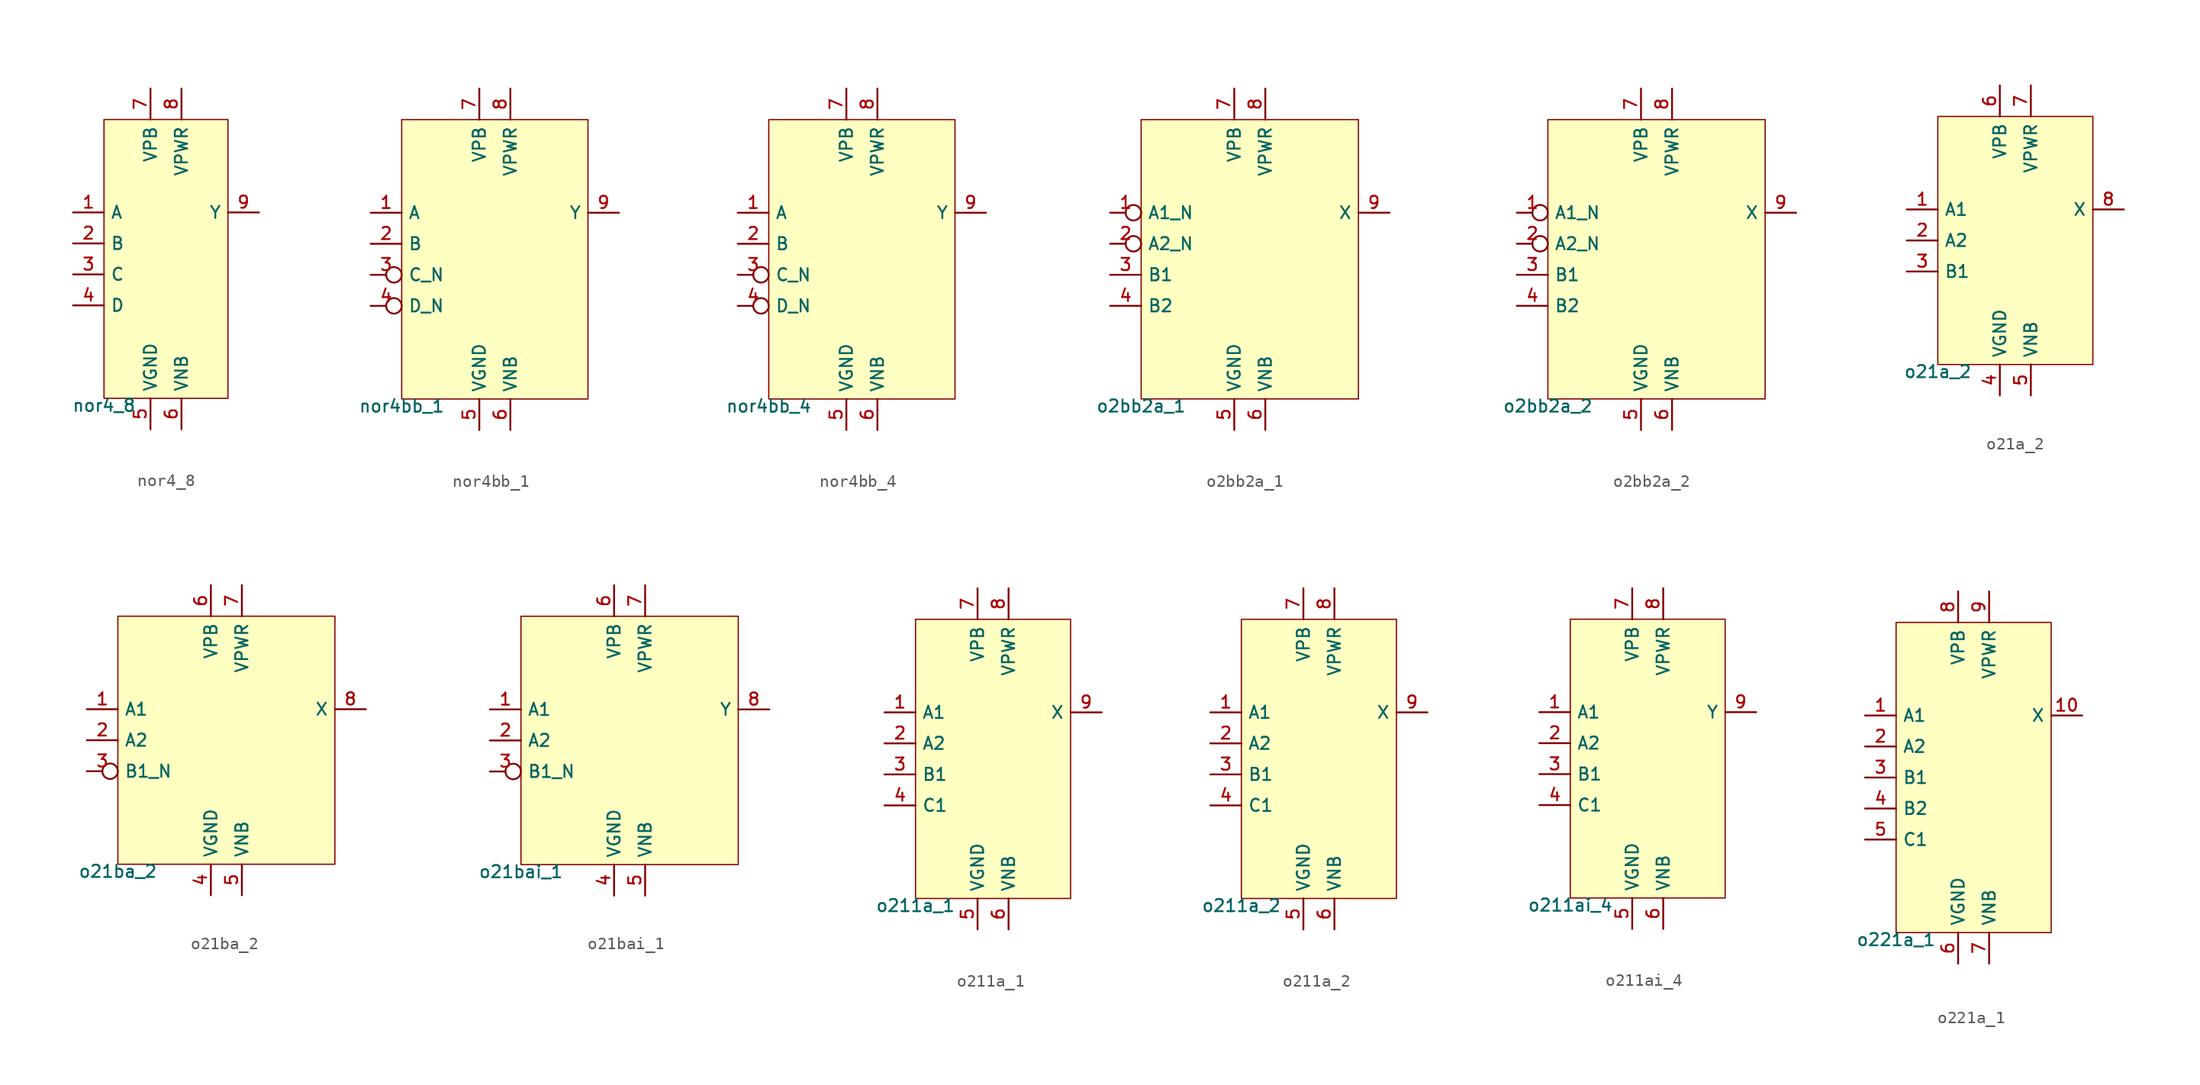
<source format=kicad_sym>
(kicad_symbol_lib
  (version 20211014)
  (generator pdk2kicad)
  (symbol "nor4_8"
    (property "Reference" "X"
      (at 0 0 0)
      (effects (font (size 1 1)) hide))
    (property "Value" "nor4_8"
      (at -5.08 -11.43 0)
      (effects (font (size 1 1)) (justify top)))
    (rectangle
      (start -5.08 -11.43)
      (end 5.08 11.43)
      (stroke (width 0.1) (type solid) (color 0 0 0 0))
      (fill (type background)))
    (pin input line
      (at -7.62 3.81 0)
      (length 2.54)
      (name "A" (effects (font (size 1 1)) hide))
      (number "1" (effects (font (size 1 1)) hide)))
    (pin input line
      (at -7.62 1.27 0)
      (length 2.54)
      (name "B" (effects (font (size 1 1)) hide))
      (number "2" (effects (font (size 1 1)) hide)))
    (pin input line
      (at -7.62 -1.27 0)
      (length 2.54)
      (name "C" (effects (font (size 1 1)) hide))
      (number "3" (effects (font (size 1 1)) hide)))
    (pin input line
      (at -7.62 -3.81 0)
      (length 2.54)
      (name "D" (effects (font (size 1 1)) hide))
      (number "4" (effects (font (size 1 1)) hide)))
    (pin power_in line
      (at -1.27 -13.97 90)
      (length 2.54)
      (name "VGND" (effects (font (size 1 1)) hide))
      (number "5" (effects (font (size 1 1)) hide)))
    (pin power_in line
      (at 1.27 -13.97 90)
      (length 2.54)
      (name "VNB" (effects (font (size 1 1)) hide))
      (number "6" (effects (font (size 1 1)) hide)))
    (pin power_in line
      (at -1.27 13.97 270)
      (length 2.54)
      (name "VPB" (effects (font (size 1 1)) hide))
      (number "7" (effects (font (size 1 1)) hide)))
    (pin power_in line
      (at 1.27 13.97 270)
      (length 2.54)
      (name "VPWR" (effects (font (size 1 1)) hide))
      (number "8" (effects (font (size 1 1)) hide)))
    (pin output line
      (at 7.62 3.81 180)
      (length 2.54)
      (name "Y" (effects (font (size 1 1)) hide))
      (number "9" (effects (font (size 1 1)) hide))))
  (symbol "nor4bb_1"
    (property "Reference" "X"
      (at 0 0 0)
      (effects (font (size 1 1)) hide))
    (property "Value" "nor4bb_1"
      (at -7.62 -11.43 0)
      (effects (font (size 1 1)) (justify top)))
    (rectangle
      (start -7.62 -11.43)
      (end 7.62 11.43)
      (stroke (width 0.1) (type solid) (color 0 0 0 0))
      (fill (type background)))
    (pin input line
      (at -10.16 3.81 0)
      (length 2.54)
      (name "A" (effects (font (size 1 1)) hide))
      (number "1" (effects (font (size 1 1)) hide)))
    (pin input line
      (at -10.16 1.27 0)
      (length 2.54)
      (name "B" (effects (font (size 1 1)) hide))
      (number "2" (effects (font (size 1 1)) hide)))
    (pin input inverted
      (at -10.16 -1.27 0)
      (length 2.54)
      (name "C_N" (effects (font (size 1 1)) hide))
      (number "3" (effects (font (size 1 1)) hide)))
    (pin input inverted
      (at -10.16 -3.81 0)
      (length 2.54)
      (name "D_N" (effects (font (size 1 1)) hide))
      (number "4" (effects (font (size 1 1)) hide)))
    (pin power_in line
      (at -1.27 -13.97 90)
      (length 2.54)
      (name "VGND" (effects (font (size 1 1)) hide))
      (number "5" (effects (font (size 1 1)) hide)))
    (pin power_in line
      (at 1.27 -13.97 90)
      (length 2.54)
      (name "VNB" (effects (font (size 1 1)) hide))
      (number "6" (effects (font (size 1 1)) hide)))
    (pin power_in line
      (at -1.27 13.97 270)
      (length 2.54)
      (name "VPB" (effects (font (size 1 1)) hide))
      (number "7" (effects (font (size 1 1)) hide)))
    (pin power_in line
      (at 1.27 13.97 270)
      (length 2.54)
      (name "VPWR" (effects (font (size 1 1)) hide))
      (number "8" (effects (font (size 1 1)) hide)))
    (pin output line
      (at 10.16 3.81 180)
      (length 2.54)
      (name "Y" (effects (font (size 1 1)) hide))
      (number "9" (effects (font (size 1 1)) hide))))
  (symbol "nor4bb_4"
    (property "Reference" "X"
      (at 0 0 0)
      (effects (font (size 1 1)) hide))
    (property "Value" "nor4bb_4"
      (at -7.62 -11.43 0)
      (effects (font (size 1 1)) (justify top)))
    (rectangle
      (start -7.62 -11.43)
      (end 7.62 11.43)
      (stroke (width 0.1) (type solid) (color 0 0 0 0))
      (fill (type background)))
    (pin input line
      (at -10.16 3.81 0)
      (length 2.54)
      (name "A" (effects (font (size 1 1)) hide))
      (number "1" (effects (font (size 1 1)) hide)))
    (pin input line
      (at -10.16 1.27 0)
      (length 2.54)
      (name "B" (effects (font (size 1 1)) hide))
      (number "2" (effects (font (size 1 1)) hide)))
    (pin input inverted
      (at -10.16 -1.27 0)
      (length 2.54)
      (name "C_N" (effects (font (size 1 1)) hide))
      (number "3" (effects (font (size 1 1)) hide)))
    (pin input inverted
      (at -10.16 -3.81 0)
      (length 2.54)
      (name "D_N" (effects (font (size 1 1)) hide))
      (number "4" (effects (font (size 1 1)) hide)))
    (pin power_in line
      (at -1.27 -13.97 90)
      (length 2.54)
      (name "VGND" (effects (font (size 1 1)) hide))
      (number "5" (effects (font (size 1 1)) hide)))
    (pin power_in line
      (at 1.27 -13.97 90)
      (length 2.54)
      (name "VNB" (effects (font (size 1 1)) hide))
      (number "6" (effects (font (size 1 1)) hide)))
    (pin power_in line
      (at -1.27 13.97 270)
      (length 2.54)
      (name "VPB" (effects (font (size 1 1)) hide))
      (number "7" (effects (font (size 1 1)) hide)))
    (pin power_in line
      (at 1.27 13.97 270)
      (length 2.54)
      (name "VPWR" (effects (font (size 1 1)) hide))
      (number "8" (effects (font (size 1 1)) hide)))
    (pin output line
      (at 10.16 3.81 180)
      (length 2.54)
      (name "Y" (effects (font (size 1 1)) hide))
      (number "9" (effects (font (size 1 1)) hide))))
  (symbol "o2bb2a_1"
    (property "Reference" "X"
      (at 0 0 0)
      (effects (font (size 1 1)) hide))
    (property "Value" "o2bb2a_1"
      (at -8.89 -11.43 0)
      (effects (font (size 1 1)) (justify top)))
    (rectangle
      (start -8.89 -11.43)
      (end 8.89 11.43)
      (stroke (width 0.1) (type solid) (color 0 0 0 0))
      (fill (type background)))
    (pin input inverted
      (at -11.43 3.81 0)
      (length 2.54)
      (name "A1_N" (effects (font (size 1 1)) hide))
      (number "1" (effects (font (size 1 1)) hide)))
    (pin input inverted
      (at -11.43 1.27 0)
      (length 2.54)
      (name "A2_N" (effects (font (size 1 1)) hide))
      (number "2" (effects (font (size 1 1)) hide)))
    (pin input line
      (at -11.43 -1.27 0)
      (length 2.54)
      (name "B1" (effects (font (size 1 1)) hide))
      (number "3" (effects (font (size 1 1)) hide)))
    (pin input line
      (at -11.43 -3.81 0)
      (length 2.54)
      (name "B2" (effects (font (size 1 1)) hide))
      (number "4" (effects (font (size 1 1)) hide)))
    (pin power_in line
      (at -1.27 -13.97 90)
      (length 2.54)
      (name "VGND" (effects (font (size 1 1)) hide))
      (number "5" (effects (font (size 1 1)) hide)))
    (pin power_in line
      (at 1.27 -13.97 90)
      (length 2.54)
      (name "VNB" (effects (font (size 1 1)) hide))
      (number "6" (effects (font (size 1 1)) hide)))
    (pin power_in line
      (at -1.27 13.97 270)
      (length 2.54)
      (name "VPB" (effects (font (size 1 1)) hide))
      (number "7" (effects (font (size 1 1)) hide)))
    (pin power_in line
      (at 1.27 13.97 270)
      (length 2.54)
      (name "VPWR" (effects (font (size 1 1)) hide))
      (number "8" (effects (font (size 1 1)) hide)))
    (pin output line
      (at 11.43 3.81 180)
      (length 2.54)
      (name "X" (effects (font (size 1 1)) hide))
      (number "9" (effects (font (size 1 1)) hide))))
  (symbol "o2bb2a_2"
    (property "Reference" "X"
      (at 0 0 0)
      (effects (font (size 1 1)) hide))
    (property "Value" "o2bb2a_2"
      (at -8.89 -11.43 0)
      (effects (font (size 1 1)) (justify top)))
    (rectangle
      (start -8.89 -11.43)
      (end 8.89 11.43)
      (stroke (width 0.1) (type solid) (color 0 0 0 0))
      (fill (type background)))
    (pin input inverted
      (at -11.43 3.81 0)
      (length 2.54)
      (name "A1_N" (effects (font (size 1 1)) hide))
      (number "1" (effects (font (size 1 1)) hide)))
    (pin input inverted
      (at -11.43 1.27 0)
      (length 2.54)
      (name "A2_N" (effects (font (size 1 1)) hide))
      (number "2" (effects (font (size 1 1)) hide)))
    (pin input line
      (at -11.43 -1.27 0)
      (length 2.54)
      (name "B1" (effects (font (size 1 1)) hide))
      (number "3" (effects (font (size 1 1)) hide)))
    (pin input line
      (at -11.43 -3.81 0)
      (length 2.54)
      (name "B2" (effects (font (size 1 1)) hide))
      (number "4" (effects (font (size 1 1)) hide)))
    (pin power_in line
      (at -1.27 -13.97 90)
      (length 2.54)
      (name "VGND" (effects (font (size 1 1)) hide))
      (number "5" (effects (font (size 1 1)) hide)))
    (pin power_in line
      (at 1.27 -13.97 90)
      (length 2.54)
      (name "VNB" (effects (font (size 1 1)) hide))
      (number "6" (effects (font (size 1 1)) hide)))
    (pin power_in line
      (at -1.27 13.97 270)
      (length 2.54)
      (name "VPB" (effects (font (size 1 1)) hide))
      (number "7" (effects (font (size 1 1)) hide)))
    (pin power_in line
      (at 1.27 13.97 270)
      (length 2.54)
      (name "VPWR" (effects (font (size 1 1)) hide))
      (number "8" (effects (font (size 1 1)) hide)))
    (pin output line
      (at 11.43 3.81 180)
      (length 2.54)
      (name "X" (effects (font (size 1 1)) hide))
      (number "9" (effects (font (size 1 1)) hide))))
  (symbol "o21a_2"
    (property "Reference" "X"
      (at 0 0 0)
      (effects (font (size 1 1)) hide))
    (property "Value" "o21a_2"
      (at -6.35 -10.16 0)
      (effects (font (size 1 1)) (justify top)))
    (rectangle
      (start -6.35 -10.16)
      (end 6.35 10.16)
      (stroke (width 0.1) (type solid) (color 0 0 0 0))
      (fill (type background)))
    (pin input line
      (at -8.89 2.54 0)
      (length 2.54)
      (name "A1" (effects (font (size 1 1)) hide))
      (number "1" (effects (font (size 1 1)) hide)))
    (pin input line
      (at -8.89 0.0 0)
      (length 2.54)
      (name "A2" (effects (font (size 1 1)) hide))
      (number "2" (effects (font (size 1 1)) hide)))
    (pin input line
      (at -8.89 -2.54 0)
      (length 2.54)
      (name "B1" (effects (font (size 1 1)) hide))
      (number "3" (effects (font (size 1 1)) hide)))
    (pin power_in line
      (at -1.27 -12.7 90)
      (length 2.54)
      (name "VGND" (effects (font (size 1 1)) hide))
      (number "4" (effects (font (size 1 1)) hide)))
    (pin power_in line
      (at 1.27 -12.7 90)
      (length 2.54)
      (name "VNB" (effects (font (size 1 1)) hide))
      (number "5" (effects (font (size 1 1)) hide)))
    (pin power_in line
      (at -1.27 12.7 270)
      (length 2.54)
      (name "VPB" (effects (font (size 1 1)) hide))
      (number "6" (effects (font (size 1 1)) hide)))
    (pin power_in line
      (at 1.27 12.7 270)
      (length 2.54)
      (name "VPWR" (effects (font (size 1 1)) hide))
      (number "7" (effects (font (size 1 1)) hide)))
    (pin output line
      (at 8.89 2.54 180)
      (length 2.54)
      (name "X" (effects (font (size 1 1)) hide))
      (number "8" (effects (font (size 1 1)) hide))))
  (symbol "o21ba_2"
    (property "Reference" "X"
      (at 0 0 0)
      (effects (font (size 1 1)) hide))
    (property "Value" "o21ba_2"
      (at -8.89 -10.16 0)
      (effects (font (size 1 1)) (justify top)))
    (rectangle
      (start -8.89 -10.16)
      (end 8.89 10.16)
      (stroke (width 0.1) (type solid) (color 0 0 0 0))
      (fill (type background)))
    (pin input line
      (at -11.43 2.54 0)
      (length 2.54)
      (name "A1" (effects (font (size 1 1)) hide))
      (number "1" (effects (font (size 1 1)) hide)))
    (pin input line
      (at -11.43 0.0 0)
      (length 2.54)
      (name "A2" (effects (font (size 1 1)) hide))
      (number "2" (effects (font (size 1 1)) hide)))
    (pin input inverted
      (at -11.43 -2.54 0)
      (length 2.54)
      (name "B1_N" (effects (font (size 1 1)) hide))
      (number "3" (effects (font (size 1 1)) hide)))
    (pin power_in line
      (at -1.27 -12.7 90)
      (length 2.54)
      (name "VGND" (effects (font (size 1 1)) hide))
      (number "4" (effects (font (size 1 1)) hide)))
    (pin power_in line
      (at 1.27 -12.7 90)
      (length 2.54)
      (name "VNB" (effects (font (size 1 1)) hide))
      (number "5" (effects (font (size 1 1)) hide)))
    (pin power_in line
      (at -1.27 12.7 270)
      (length 2.54)
      (name "VPB" (effects (font (size 1 1)) hide))
      (number "6" (effects (font (size 1 1)) hide)))
    (pin power_in line
      (at 1.27 12.7 270)
      (length 2.54)
      (name "VPWR" (effects (font (size 1 1)) hide))
      (number "7" (effects (font (size 1 1)) hide)))
    (pin output line
      (at 11.43 2.54 180)
      (length 2.54)
      (name "X" (effects (font (size 1 1)) hide))
      (number "8" (effects (font (size 1 1)) hide))))
  (symbol "o21bai_1"
    (property "Reference" "X"
      (at 0 0 0)
      (effects (font (size 1 1)) hide))
    (property "Value" "o21bai_1"
      (at -8.89 -10.16 0)
      (effects (font (size 1 1)) (justify top)))
    (rectangle
      (start -8.89 -10.16)
      (end 8.89 10.16)
      (stroke (width 0.1) (type solid) (color 0 0 0 0))
      (fill (type background)))
    (pin input line
      (at -11.43 2.54 0)
      (length 2.54)
      (name "A1" (effects (font (size 1 1)) hide))
      (number "1" (effects (font (size 1 1)) hide)))
    (pin input line
      (at -11.43 0.0 0)
      (length 2.54)
      (name "A2" (effects (font (size 1 1)) hide))
      (number "2" (effects (font (size 1 1)) hide)))
    (pin input inverted
      (at -11.43 -2.54 0)
      (length 2.54)
      (name "B1_N" (effects (font (size 1 1)) hide))
      (number "3" (effects (font (size 1 1)) hide)))
    (pin power_in line
      (at -1.27 -12.7 90)
      (length 2.54)
      (name "VGND" (effects (font (size 1 1)) hide))
      (number "4" (effects (font (size 1 1)) hide)))
    (pin power_in line
      (at 1.27 -12.7 90)
      (length 2.54)
      (name "VNB" (effects (font (size 1 1)) hide))
      (number "5" (effects (font (size 1 1)) hide)))
    (pin power_in line
      (at -1.27 12.7 270)
      (length 2.54)
      (name "VPB" (effects (font (size 1 1)) hide))
      (number "6" (effects (font (size 1 1)) hide)))
    (pin power_in line
      (at 1.27 12.7 270)
      (length 2.54)
      (name "VPWR" (effects (font (size 1 1)) hide))
      (number "7" (effects (font (size 1 1)) hide)))
    (pin output line
      (at 11.43 2.54 180)
      (length 2.54)
      (name "Y" (effects (font (size 1 1)) hide))
      (number "8" (effects (font (size 1 1)) hide))))
  (symbol "o211a_1"
    (property "Reference" "X"
      (at 0 0 0)
      (effects (font (size 1 1)) hide))
    (property "Value" "o211a_1"
      (at -6.35 -11.43 0)
      (effects (font (size 1 1)) (justify top)))
    (rectangle
      (start -6.35 -11.43)
      (end 6.35 11.43)
      (stroke (width 0.1) (type solid) (color 0 0 0 0))
      (fill (type background)))
    (pin input line
      (at -8.89 3.81 0)
      (length 2.54)
      (name "A1" (effects (font (size 1 1)) hide))
      (number "1" (effects (font (size 1 1)) hide)))
    (pin input line
      (at -8.89 1.27 0)
      (length 2.54)
      (name "A2" (effects (font (size 1 1)) hide))
      (number "2" (effects (font (size 1 1)) hide)))
    (pin input line
      (at -8.89 -1.27 0)
      (length 2.54)
      (name "B1" (effects (font (size 1 1)) hide))
      (number "3" (effects (font (size 1 1)) hide)))
    (pin input line
      (at -8.89 -3.81 0)
      (length 2.54)
      (name "C1" (effects (font (size 1 1)) hide))
      (number "4" (effects (font (size 1 1)) hide)))
    (pin power_in line
      (at -1.27 -13.97 90)
      (length 2.54)
      (name "VGND" (effects (font (size 1 1)) hide))
      (number "5" (effects (font (size 1 1)) hide)))
    (pin power_in line
      (at 1.27 -13.97 90)
      (length 2.54)
      (name "VNB" (effects (font (size 1 1)) hide))
      (number "6" (effects (font (size 1 1)) hide)))
    (pin power_in line
      (at -1.27 13.97 270)
      (length 2.54)
      (name "VPB" (effects (font (size 1 1)) hide))
      (number "7" (effects (font (size 1 1)) hide)))
    (pin power_in line
      (at 1.27 13.97 270)
      (length 2.54)
      (name "VPWR" (effects (font (size 1 1)) hide))
      (number "8" (effects (font (size 1 1)) hide)))
    (pin output line
      (at 8.89 3.81 180)
      (length 2.54)
      (name "X" (effects (font (size 1 1)) hide))
      (number "9" (effects (font (size 1 1)) hide))))
  (symbol "o211a_2"
    (property "Reference" "X"
      (at 0 0 0)
      (effects (font (size 1 1)) hide))
    (property "Value" "o211a_2"
      (at -6.35 -11.43 0)
      (effects (font (size 1 1)) (justify top)))
    (rectangle
      (start -6.35 -11.43)
      (end 6.35 11.43)
      (stroke (width 0.1) (type solid) (color 0 0 0 0))
      (fill (type background)))
    (pin input line
      (at -8.89 3.81 0)
      (length 2.54)
      (name "A1" (effects (font (size 1 1)) hide))
      (number "1" (effects (font (size 1 1)) hide)))
    (pin input line
      (at -8.89 1.27 0)
      (length 2.54)
      (name "A2" (effects (font (size 1 1)) hide))
      (number "2" (effects (font (size 1 1)) hide)))
    (pin input line
      (at -8.89 -1.27 0)
      (length 2.54)
      (name "B1" (effects (font (size 1 1)) hide))
      (number "3" (effects (font (size 1 1)) hide)))
    (pin input line
      (at -8.89 -3.81 0)
      (length 2.54)
      (name "C1" (effects (font (size 1 1)) hide))
      (number "4" (effects (font (size 1 1)) hide)))
    (pin power_in line
      (at -1.27 -13.97 90)
      (length 2.54)
      (name "VGND" (effects (font (size 1 1)) hide))
      (number "5" (effects (font (size 1 1)) hide)))
    (pin power_in line
      (at 1.27 -13.97 90)
      (length 2.54)
      (name "VNB" (effects (font (size 1 1)) hide))
      (number "6" (effects (font (size 1 1)) hide)))
    (pin power_in line
      (at -1.27 13.97 270)
      (length 2.54)
      (name "VPB" (effects (font (size 1 1)) hide))
      (number "7" (effects (font (size 1 1)) hide)))
    (pin power_in line
      (at 1.27 13.97 270)
      (length 2.54)
      (name "VPWR" (effects (font (size 1 1)) hide))
      (number "8" (effects (font (size 1 1)) hide)))
    (pin output line
      (at 8.89 3.81 180)
      (length 2.54)
      (name "X" (effects (font (size 1 1)) hide))
      (number "9" (effects (font (size 1 1)) hide))))
  (symbol "o211ai_4"
    (property "Reference" "X"
      (at 0 0 0)
      (effects (font (size 1 1)) hide))
    (property "Value" "o211ai_4"
      (at -6.35 -11.43 0)
      (effects (font (size 1 1)) (justify top)))
    (rectangle
      (start -6.35 -11.43)
      (end 6.35 11.43)
      (stroke (width 0.1) (type solid) (color 0 0 0 0))
      (fill (type background)))
    (pin input line
      (at -8.89 3.81 0)
      (length 2.54)
      (name "A1" (effects (font (size 1 1)) hide))
      (number "1" (effects (font (size 1 1)) hide)))
    (pin input line
      (at -8.89 1.27 0)
      (length 2.54)
      (name "A2" (effects (font (size 1 1)) hide))
      (number "2" (effects (font (size 1 1)) hide)))
    (pin input line
      (at -8.89 -1.27 0)
      (length 2.54)
      (name "B1" (effects (font (size 1 1)) hide))
      (number "3" (effects (font (size 1 1)) hide)))
    (pin input line
      (at -8.89 -3.81 0)
      (length 2.54)
      (name "C1" (effects (font (size 1 1)) hide))
      (number "4" (effects (font (size 1 1)) hide)))
    (pin power_in line
      (at -1.27 -13.97 90)
      (length 2.54)
      (name "VGND" (effects (font (size 1 1)) hide))
      (number "5" (effects (font (size 1 1)) hide)))
    (pin power_in line
      (at 1.27 -13.97 90)
      (length 2.54)
      (name "VNB" (effects (font (size 1 1)) hide))
      (number "6" (effects (font (size 1 1)) hide)))
    (pin power_in line
      (at -1.27 13.97 270)
      (length 2.54)
      (name "VPB" (effects (font (size 1 1)) hide))
      (number "7" (effects (font (size 1 1)) hide)))
    (pin power_in line
      (at 1.27 13.97 270)
      (length 2.54)
      (name "VPWR" (effects (font (size 1 1)) hide))
      (number "8" (effects (font (size 1 1)) hide)))
    (pin output line
      (at 8.89 3.81 180)
      (length 2.54)
      (name "Y" (effects (font (size 1 1)) hide))
      (number "9" (effects (font (size 1 1)) hide))))
  (symbol "o221a_1"
    (property "Reference" "X"
      (at 0 0 0)
      (effects (font (size 1 1)) hide))
    (property "Value" "o221a_1"
      (at -6.35 -12.7 0)
      (effects (font (size 1 1)) (justify top)))
    (rectangle
      (start -6.35 -12.7)
      (end 6.35 12.7)
      (stroke (width 0.1) (type solid) (color 0 0 0 0))
      (fill (type background)))
    (pin input line
      (at -8.89 5.08 0)
      (length 2.54)
      (name "A1" (effects (font (size 1 1)) hide))
      (number "1" (effects (font (size 1 1)) hide)))
    (pin input line
      (at -8.89 2.54 0)
      (length 2.54)
      (name "A2" (effects (font (size 1 1)) hide))
      (number "2" (effects (font (size 1 1)) hide)))
    (pin input line
      (at -8.89 -8.881784197001252e-16 0)
      (length 2.54)
      (name "B1" (effects (font (size 1 1)) hide))
      (number "3" (effects (font (size 1 1)) hide)))
    (pin input line
      (at -8.89 -2.54 0)
      (length 2.54)
      (name "B2" (effects (font (size 1 1)) hide))
      (number "4" (effects (font (size 1 1)) hide)))
    (pin input line
      (at -8.89 -5.08 0)
      (length 2.54)
      (name "C1" (effects (font (size 1 1)) hide))
      (number "5" (effects (font (size 1 1)) hide)))
    (pin power_in line
      (at -1.27 -15.24 90)
      (length 2.54)
      (name "VGND" (effects (font (size 1 1)) hide))
      (number "6" (effects (font (size 1 1)) hide)))
    (pin power_in line
      (at 1.27 -15.24 90)
      (length 2.54)
      (name "VNB" (effects (font (size 1 1)) hide))
      (number "7" (effects (font (size 1 1)) hide)))
    (pin power_in line
      (at -1.27 15.24 270)
      (length 2.54)
      (name "VPB" (effects (font (size 1 1)) hide))
      (number "8" (effects (font (size 1 1)) hide)))
    (pin power_in line
      (at 1.27 15.24 270)
      (length 2.54)
      (name "VPWR" (effects (font (size 1 1)) hide))
      (number "9" (effects (font (size 1 1)) hide)))
    (pin output line
      (at 8.89 5.08 180)
      (length 2.54)
      (name "X" (effects (font (size 1 1)) hide))
      (number "10" (effects (font (size 1 1)) hide)))))
</source>
